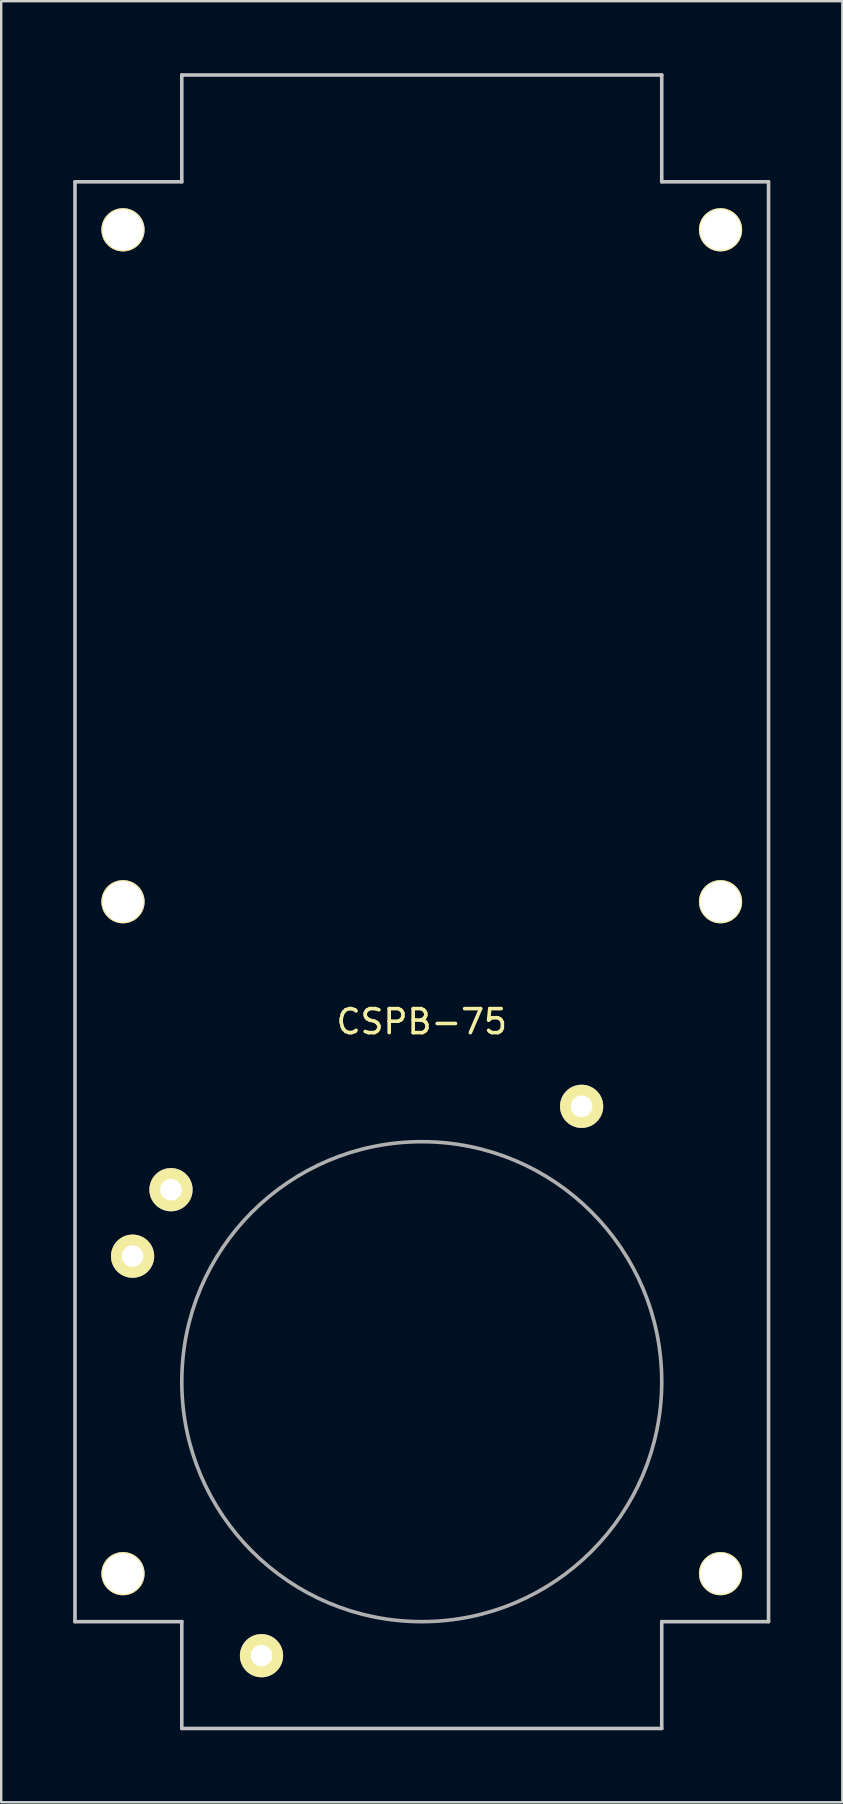
<source format=kicad_pcb>
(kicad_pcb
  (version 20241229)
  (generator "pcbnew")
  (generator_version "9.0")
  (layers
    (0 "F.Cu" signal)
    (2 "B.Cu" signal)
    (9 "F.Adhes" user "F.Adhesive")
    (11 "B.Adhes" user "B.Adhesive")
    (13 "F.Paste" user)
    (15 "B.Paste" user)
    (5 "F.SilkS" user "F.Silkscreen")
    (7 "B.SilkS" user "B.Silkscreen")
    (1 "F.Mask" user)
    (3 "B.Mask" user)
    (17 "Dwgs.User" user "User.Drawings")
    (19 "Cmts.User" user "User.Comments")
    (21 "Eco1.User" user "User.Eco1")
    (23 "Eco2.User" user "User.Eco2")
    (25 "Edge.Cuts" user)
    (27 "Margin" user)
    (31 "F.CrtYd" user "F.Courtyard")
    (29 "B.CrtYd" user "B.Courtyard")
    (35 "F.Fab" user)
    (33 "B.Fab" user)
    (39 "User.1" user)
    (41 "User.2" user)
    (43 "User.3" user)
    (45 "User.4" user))
  (footprint "CSPB-75"
    (layer "F.Cu")
    (at 14.525 34.525)
    (property "Reference" "CSPB-75" (at 0 5 0) (layer "F.SilkS") (effects (font (size 1 1) (thickness 0.15))))
    (attr through_hole)
    (fp_line (start -14.45 -30) (end -14.45 30) (stroke (width 0.15) (type solid)) (layer "Dwgs.User"))
    (fp_line (start -10 -34.45) (end -10 -30) (stroke (width 0.15) (type solid)) (layer "Dwgs.User"))
    (fp_line (start -10 -34.45) (end 10 -34.45) (stroke (width 0.15) (type solid)) (layer "Dwgs.User"))
    (fp_line (start -10 -30) (end -14.45 -30) (stroke (width 0.15) (type solid)) (layer "Dwgs.User"))
    (fp_line (start -10 30) (end -14.45 30) (stroke (width 0.15) (type solid)) (layer "Dwgs.User"))
    (fp_line (start -10 30) (end -10 34.45) (stroke (width 0.15) (type solid)) (layer "Dwgs.User"))
    (fp_line (start -10 34.45) (end 10 34.45) (stroke (width 0.15) (type solid)) (layer "Dwgs.User"))
    (fp_line (start 10 -34.45) (end 10 -30) (stroke (width 0.15) (type solid)) (layer "Dwgs.User"))
    (fp_line (start 10 30) (end 10 34.45) (stroke (width 0.15) (type solid)) (layer "Dwgs.User"))
    (fp_line (start 14.45 -30) (end 10 -30) (stroke (width 0.15) (type solid)) (layer "Dwgs.User"))
    (fp_line (start 14.45 -30) (end 14.45 30) (stroke (width 0.15) (type solid)) (layer "Dwgs.User"))
    (fp_line (start 14.45 30) (end 10 30) (stroke (width 0.15) (type solid)) (layer "Dwgs.User"))
    (fp_circle (center 0 20) (end 10 20) (stroke (width 0.15) (type solid)) (fill no) (layer "F.Fab"))
    (pad "" np_thru_hole circle (at -12.45 -28) (size 1.8 1.8) (drill 1.7) (layers "*.Cu" "*.Mask" "F.SilkS"))
    (pad "" np_thru_hole circle (at -12.45 0) (size 1.8 1.8) (drill 1.7) (layers "*.Cu" "*.Mask" "F.SilkS"))
    (pad "" np_thru_hole circle (at -12.45 28) (size 1.8 1.8) (drill 1.7) (layers "*.Cu" "*.Mask" "F.SilkS"))
    (pad "" np_thru_hole circle (at 12.45 -28) (size 1.8 1.8) (drill 1.7) (layers "*.Cu" "*.Mask" "F.SilkS"))
    (pad "" np_thru_hole circle (at 12.45 0) (size 1.8 1.8) (drill 1.7) (layers "*.Cu" "*.Mask" "F.SilkS"))
    (pad "" np_thru_hole circle (at 12.45 28) (size 1.8 1.8) (drill 1.7) (layers "*.Cu" "*.Mask" "F.SilkS"))
    (pad "1" thru_hole circle (at -12.05 14.771) (size 1.8 1.8) (drill 0.9) (layers "*.Cu" "*.Mask" "F.SilkS"))
    (pad "1" thru_hole circle (at -10.45 12) (size 1.8 1.8) (drill 0.9) (layers "*.Cu" "*.Mask" "F.SilkS"))
    (pad "2" thru_hole circle (at -6.678 31.418) (size 1.8 1.8) (drill 0.9) (layers "*.Cu" "*.Mask" "F.SilkS"))
    (pad "2" thru_hole circle (at 6.661 8.526) (size 1.8 1.8) (drill 0.9) (layers "*.Cu" "*.Mask" "F.SilkS")))
  (gr_rect
    (start -3 -3)
    (end 32.05 72.05)
    (stroke (width 0.1) (type default))
    (fill no)
    (layer "Edge.Cuts")))
</source>
